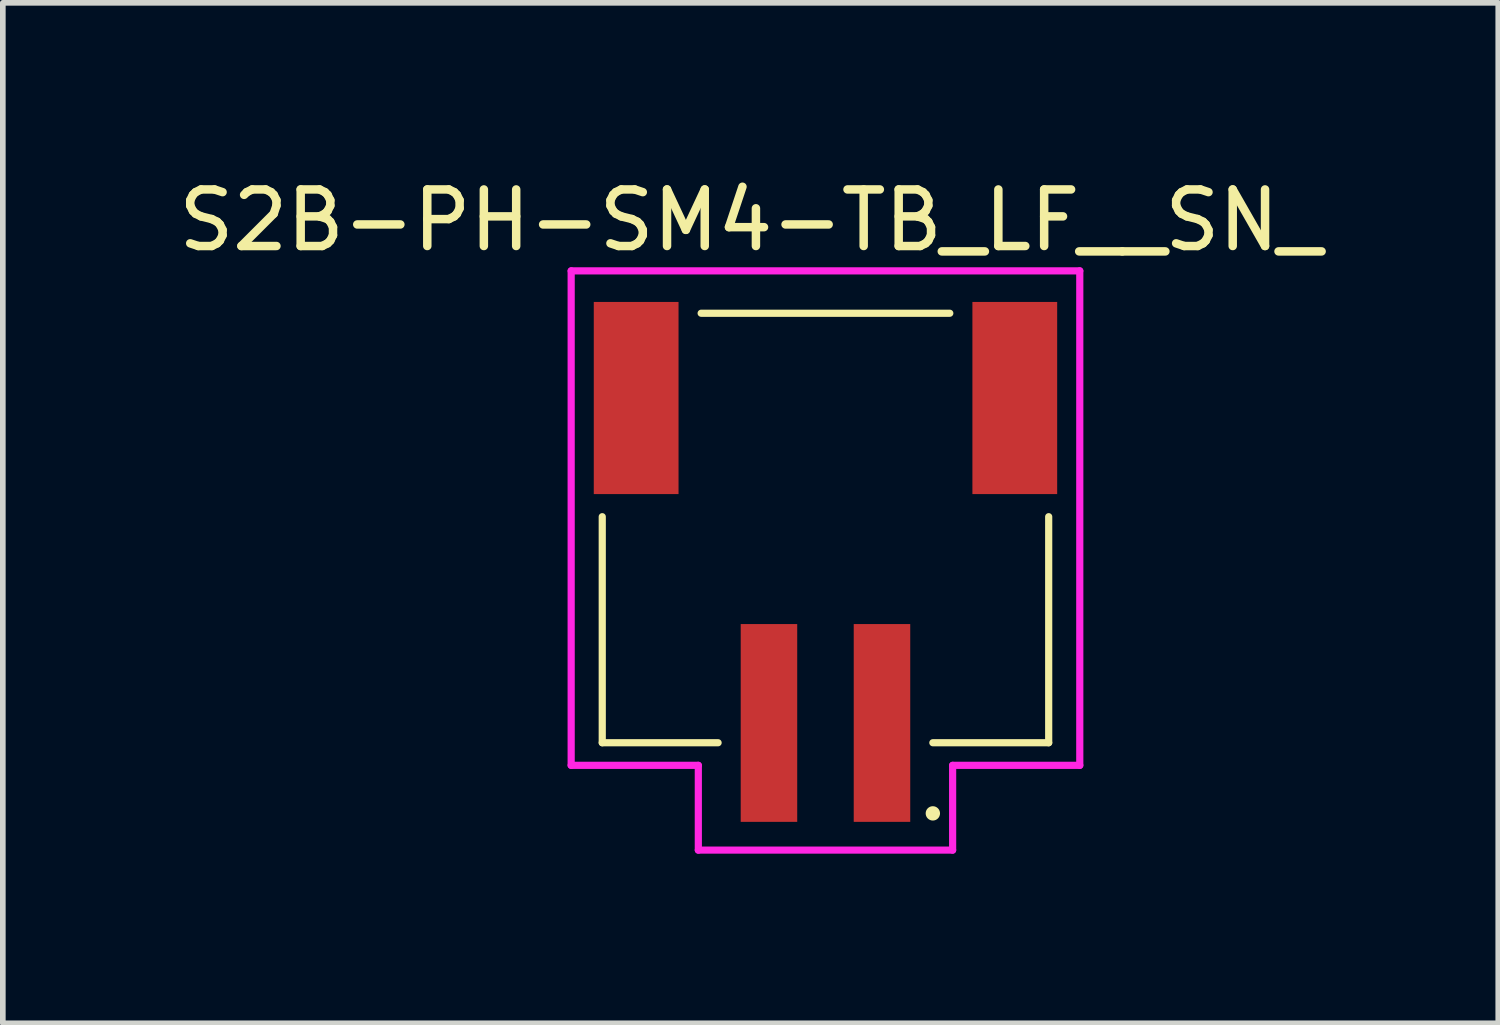
<source format=kicad_pcb>
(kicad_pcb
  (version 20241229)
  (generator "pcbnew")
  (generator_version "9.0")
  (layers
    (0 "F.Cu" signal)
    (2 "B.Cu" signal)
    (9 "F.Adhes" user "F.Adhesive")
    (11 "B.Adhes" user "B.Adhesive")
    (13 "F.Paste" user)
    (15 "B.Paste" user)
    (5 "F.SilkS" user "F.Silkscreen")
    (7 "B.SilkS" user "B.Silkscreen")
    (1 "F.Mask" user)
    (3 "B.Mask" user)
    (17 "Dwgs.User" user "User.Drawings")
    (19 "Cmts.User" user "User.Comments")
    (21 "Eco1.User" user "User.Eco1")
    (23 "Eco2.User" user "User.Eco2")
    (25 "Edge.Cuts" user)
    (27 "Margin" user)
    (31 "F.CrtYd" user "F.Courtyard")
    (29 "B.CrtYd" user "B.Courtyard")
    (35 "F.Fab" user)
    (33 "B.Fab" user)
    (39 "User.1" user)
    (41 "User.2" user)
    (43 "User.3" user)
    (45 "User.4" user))
  (footprint "S2B-PH-SM4-TB_LF__SN_"
    (layer "F.Cu")
    (at 11.557 9.743)
    (property "Reference" "S2B-PH-SM4-TB_LF__SN_" (at -1.326 -8.895 0) (layer "F.SilkS") (effects (font (size 1.001 1.001) (thickness 0.15))))
    (attr smd)
    (fp_line (start -3.95 -3.65) (end -3.95 0.35) (stroke (width 0.127) (type solid)) (layer "F.SilkS"))
    (fp_line (start -3.95 0.35) (end -1.9 0.35) (stroke (width 0.127) (type solid)) (layer "F.SilkS"))
    (fp_line (start 1.9 0.35) (end 3.95 0.35) (stroke (width 0.127) (type solid)) (layer "F.SilkS"))
    (fp_line (start 2.2 -7.25) (end -2.2 -7.25) (stroke (width 0.127) (type solid)) (layer "F.SilkS"))
    (fp_line (start 3.95 0.35) (end 3.95 -3.65) (stroke (width 0.127) (type solid)) (layer "F.SilkS"))
    (fp_circle (center 1.9 1.6) (end 2.027 1.6) (stroke (width 0) (type solid)) (fill yes) (layer "F.SilkS"))
    (fp_line (start -4.5 -8) (end 4.5 -8) (stroke (width 0.127) (type solid)) (layer "F.CrtYd"))
    (fp_line (start -4.5 0.75) (end -4.5 -8) (stroke (width 0.127) (type solid)) (layer "F.CrtYd"))
    (fp_line (start -2.25 0.75) (end -4.5 0.75) (stroke (width 0.127) (type solid)) (layer "F.CrtYd"))
    (fp_line (start -2.25 2.25) (end -2.25 0.75) (stroke (width 0.127) (type solid)) (layer "F.CrtYd"))
    (fp_line (start 2.25 0.75) (end 2.25 2.25) (stroke (width 0.127) (type solid)) (layer "F.CrtYd"))
    (fp_line (start 2.25 2.25) (end -2.25 2.25) (stroke (width 0.127) (type solid)) (layer "F.CrtYd"))
    (fp_line (start 4.5 -8) (end 4.5 0.75) (stroke (width 0.127) (type solid)) (layer "F.CrtYd"))
    (fp_line (start 4.5 0.75) (end 2.25 0.75) (stroke (width 0.127) (type solid)) (layer "F.CrtYd"))
    (pad "1" smd rect (at 1 0) (size 1 3.5) (layers "F.Cu" "F.Mask" "F.Paste"))
    (pad "2" smd rect (at -1 0) (size 1 3.5) (layers "F.Cu" "F.Mask" "F.Paste"))
    (pad "P1" smd rect (at 3.35 -5.75) (size 1.5 3.4) (layers "F.Cu" "F.Mask" "F.Paste"))
    (pad "P2" smd rect (at -3.35 -5.75) (size 1.5 3.4) (layers "F.Cu" "F.Mask" "F.Paste")))
  (gr_rect
    (start -3 -3)
    (end 23.462 15.057)
    (stroke (width 0.1) (type default))
    (fill no)
    (layer "Edge.Cuts")))
</source>
